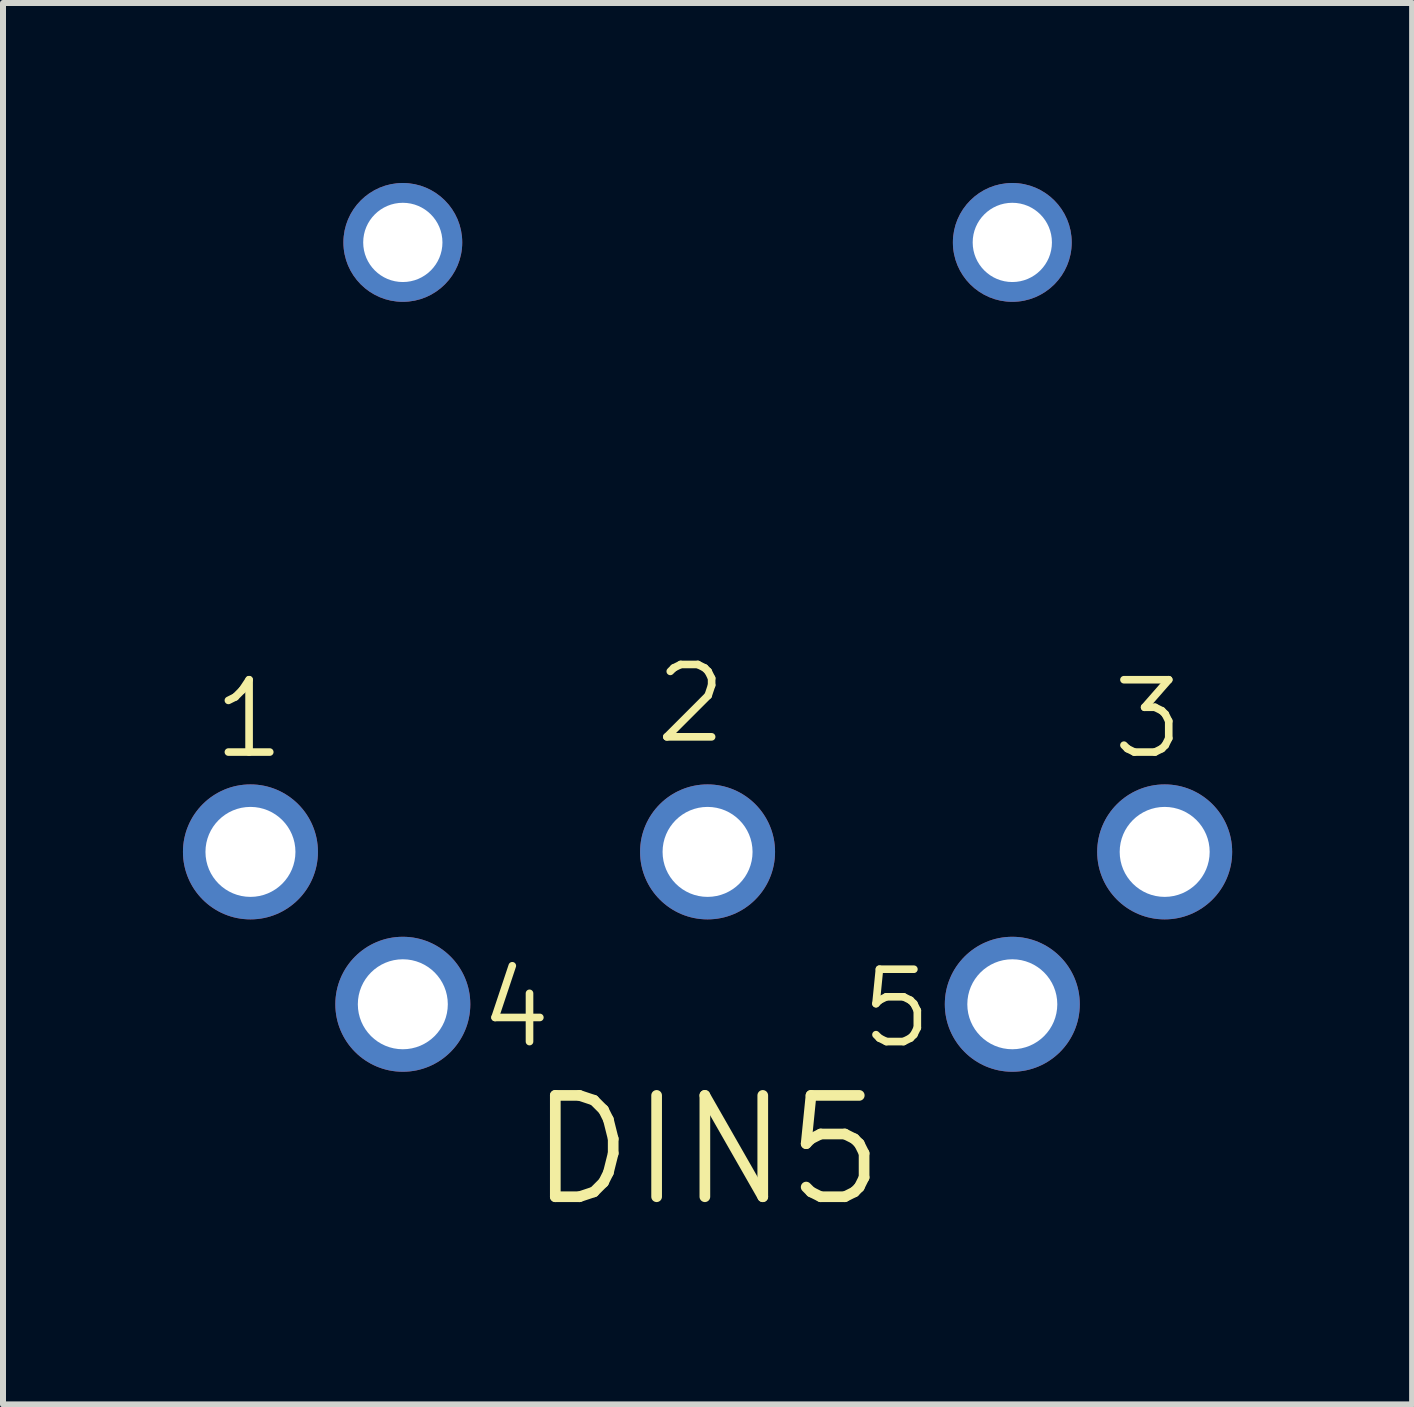
<source format=kicad_pcb>
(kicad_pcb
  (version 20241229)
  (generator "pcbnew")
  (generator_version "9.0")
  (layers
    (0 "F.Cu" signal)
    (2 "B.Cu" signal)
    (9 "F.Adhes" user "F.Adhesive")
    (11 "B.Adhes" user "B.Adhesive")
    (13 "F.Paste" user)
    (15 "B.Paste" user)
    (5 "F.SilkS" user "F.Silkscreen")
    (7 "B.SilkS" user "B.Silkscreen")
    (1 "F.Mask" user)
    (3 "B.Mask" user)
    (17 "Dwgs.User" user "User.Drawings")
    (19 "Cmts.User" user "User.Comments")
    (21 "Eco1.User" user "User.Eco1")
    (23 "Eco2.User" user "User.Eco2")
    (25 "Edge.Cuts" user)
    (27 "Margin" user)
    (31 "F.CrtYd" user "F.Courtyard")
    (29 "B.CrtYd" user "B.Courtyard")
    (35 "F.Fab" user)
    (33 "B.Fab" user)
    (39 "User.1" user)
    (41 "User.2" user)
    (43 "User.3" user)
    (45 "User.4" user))
  (footprint "DIN5"
    (layer "F.Cu")
    (at 8.745 11.151)
    (property "Reference" "DIN5" (at 3.048 3.988 0) (layer "F.SilkS") (effects (font (size 1.689 1.689) (thickness 0.178)) (justify right top)))
    (attr through_hole)
    (fp_text user "5" (at 3.81 1.905 0) (layer "F.SilkS") (effects (font (size 1.206 1.206) (thickness 0.127)) (justify right top)))
    (fp_text user "1" (at -6.985 -2.921 0) (layer "F.SilkS") (effects (font (size 1.206 1.206) (thickness 0.127)) (justify right top)))
    (fp_text user "2" (at 0.381 -3.175 0) (layer "F.SilkS") (effects (font (size 1.206 1.206) (thickness 0.127)) (justify right top)))
    (fp_text user "4" (at -2.54 1.905 0) (layer "F.SilkS") (effects (font (size 1.206 1.206) (thickness 0.127)) (justify right top)))
    (fp_text user "3" (at 8.001 -2.921 0) (layer "F.SilkS") (effects (font (size 1.206 1.206) (thickness 0.127)) (justify right top)))
    (pad "1" thru_hole circle (at -7.62 0 180) (size 2.25 2.25) (drill 1.5) (layers "*.Cu" "*.Mask"))
    (pad "2" thru_hole circle (at 0 0 180) (size 2.25 2.25) (drill 1.5) (layers "*.Cu" "*.Mask"))
    (pad "3" thru_hole circle (at 7.62 0 180) (size 2.25 2.25) (drill 1.5) (layers "*.Cu" "*.Mask"))
    (pad "4" thru_hole circle (at -5.08 2.54 180) (size 2.25 2.25) (drill 1.5) (layers "*.Cu" "*.Mask"))
    (pad "5" thru_hole circle (at 5.08 2.54 180) (size 2.25 2.25) (drill 1.5) (layers "*.Cu" "*.Mask"))
    (pad "PE" thru_hole circle (at 5.08 -10.16 180) (size 1.981 1.981) (drill 1.321) (layers "*.Cu" "*.Mask"))
    (pad "PE@" thru_hole circle (at -5.08 -10.16 180) (size 1.981 1.981) (drill 1.321) (layers "*.Cu" "*.Mask")))
  (gr_rect
    (start -3 -3)
    (end 20.49 20.361)
    (stroke (width 0.1) (type default))
    (fill no)
    (layer "Edge.Cuts")))
</source>
